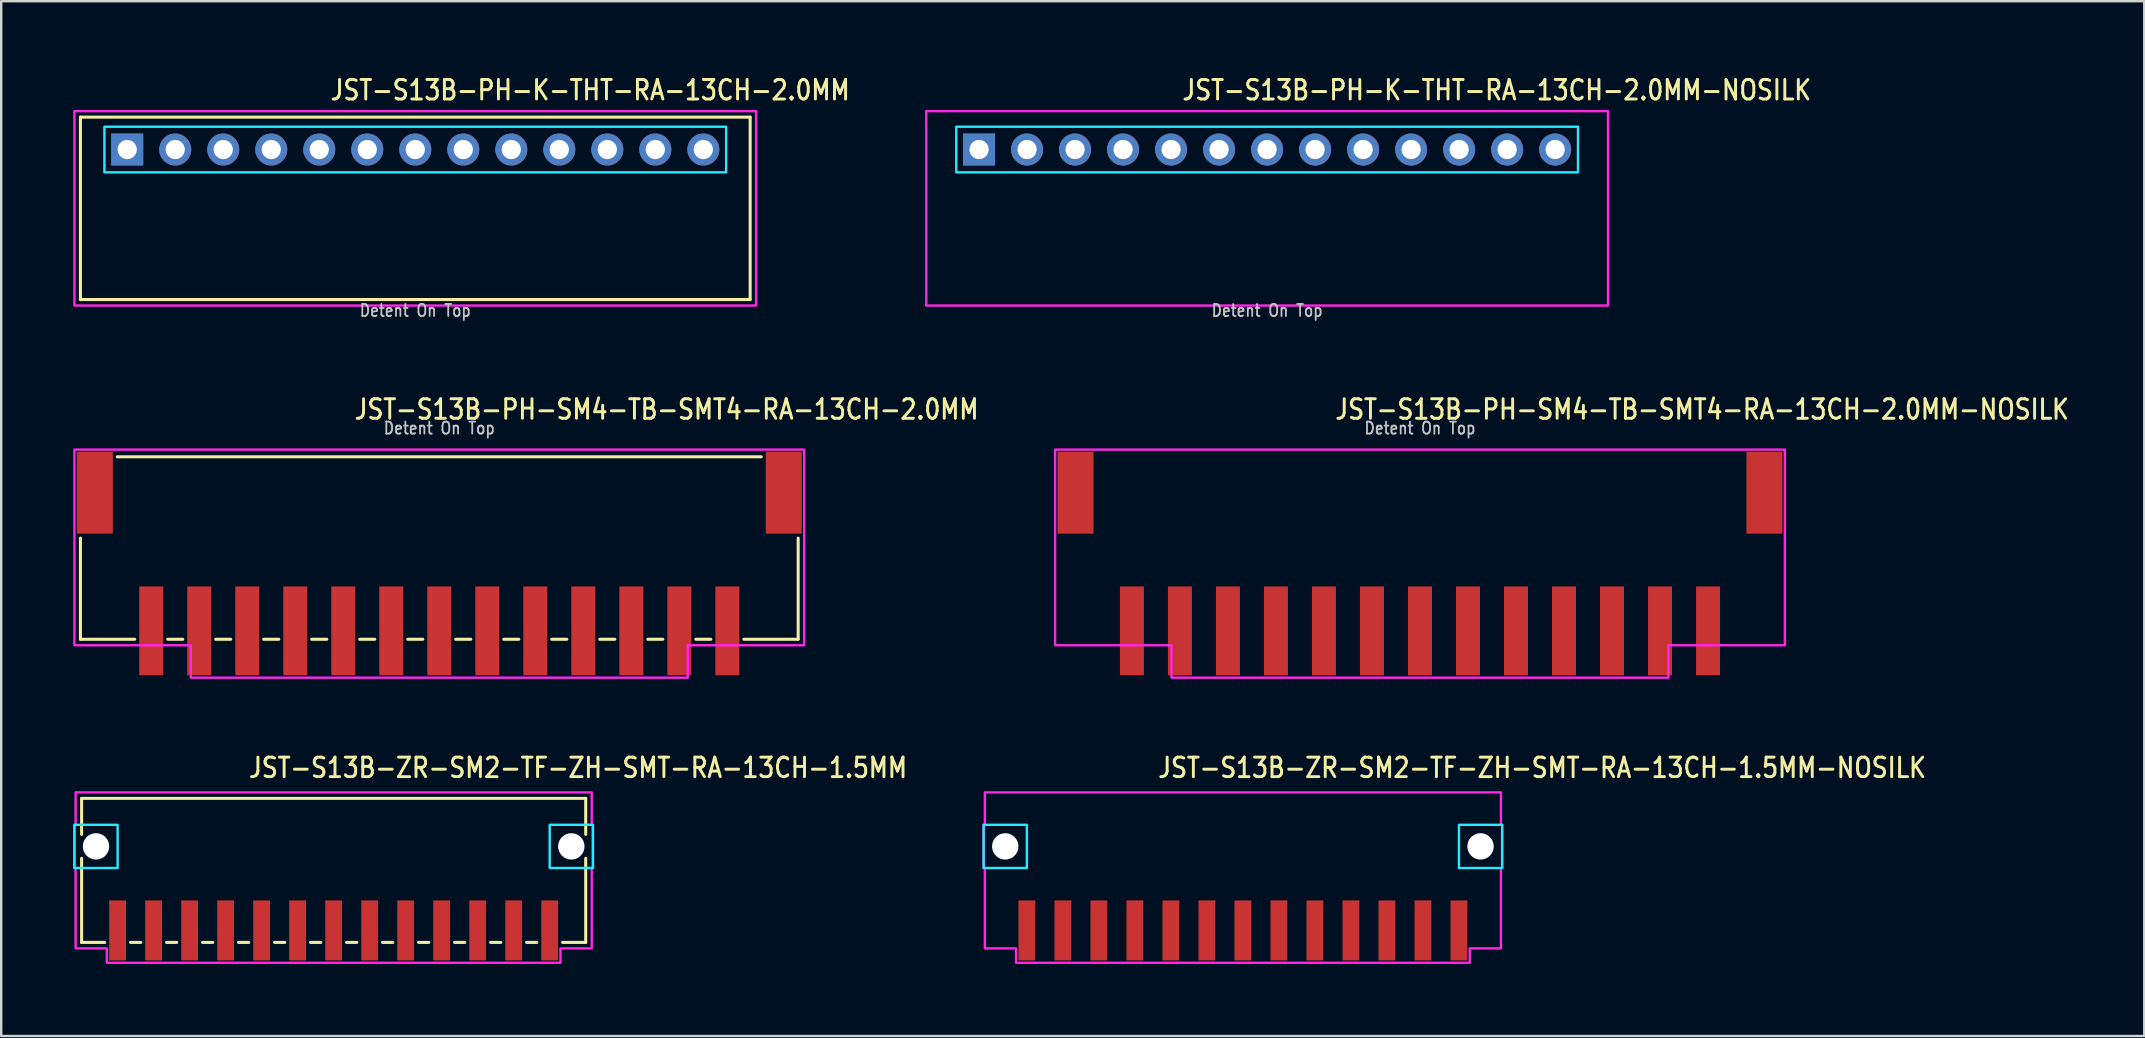
<source format=kicad_pcb>
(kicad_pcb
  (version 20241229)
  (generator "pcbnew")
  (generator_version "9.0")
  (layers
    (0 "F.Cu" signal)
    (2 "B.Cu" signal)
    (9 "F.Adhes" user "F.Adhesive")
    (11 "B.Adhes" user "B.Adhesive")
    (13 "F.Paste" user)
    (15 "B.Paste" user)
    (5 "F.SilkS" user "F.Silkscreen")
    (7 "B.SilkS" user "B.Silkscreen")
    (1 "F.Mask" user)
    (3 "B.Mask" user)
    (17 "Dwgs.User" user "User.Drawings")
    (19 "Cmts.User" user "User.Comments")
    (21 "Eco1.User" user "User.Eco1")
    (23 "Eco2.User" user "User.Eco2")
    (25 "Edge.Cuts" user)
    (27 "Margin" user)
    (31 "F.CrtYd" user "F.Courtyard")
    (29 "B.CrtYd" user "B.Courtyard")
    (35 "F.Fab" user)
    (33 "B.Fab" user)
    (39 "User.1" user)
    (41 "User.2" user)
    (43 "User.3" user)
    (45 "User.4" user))
  (footprint "JST-S13B-PH-SM4-TB-SMT4-RA-13CH-2.0MM"
    (layer "F.Cu")
    (at 15.25 17.48)
    (property "Reference" "JST-S13B-PH-SM4-TB-SMT4-RA-13CH-2.0MM" (at -3.6 -3 0) (unlocked yes) (layer "F.SilkS") (effects (font (size 0.813 0.695) (thickness 0.122)) (justify left bottom)))
    (fp_line (start -14.95 6.1) (end -14.95 1.887) (stroke (width 0.127) (type solid)) (layer "F.SilkS"))
    (fp_line (start -14.95 6.1) (end -12.687 6.1) (stroke (width 0.127) (type solid)) (layer "F.SilkS"))
    (fp_line (start -13.414 -1.5) (end 13.414 -1.5) (stroke (width 0.127) (type solid)) (layer "F.SilkS"))
    (fp_line (start -11.313 6.1) (end -10.687 6.1) (stroke (width 0.127) (type solid)) (layer "F.SilkS"))
    (fp_line (start -9.313 6.1) (end -8.687 6.1) (stroke (width 0.127) (type solid)) (layer "F.SilkS"))
    (fp_line (start -7.314 6.1) (end -6.686 6.1) (stroke (width 0.127) (type solid)) (layer "F.SilkS"))
    (fp_line (start -5.314 6.1) (end -4.686 6.1) (stroke (width 0.127) (type solid)) (layer "F.SilkS"))
    (fp_line (start -3.313 6.1) (end -2.687 6.1) (stroke (width 0.127) (type solid)) (layer "F.SilkS"))
    (fp_line (start -1.313 6.1) (end -0.686 6.1) (stroke (width 0.127) (type solid)) (layer "F.SilkS"))
    (fp_line (start 0.686 6.1) (end 1.313 6.1) (stroke (width 0.127) (type solid)) (layer "F.SilkS"))
    (fp_line (start 2.687 6.1) (end 3.313 6.1) (stroke (width 0.127) (type solid)) (layer "F.SilkS"))
    (fp_line (start 4.686 6.1) (end 5.314 6.1) (stroke (width 0.127) (type solid)) (layer "F.SilkS"))
    (fp_line (start 6.686 6.1) (end 7.314 6.1) (stroke (width 0.127) (type solid)) (layer "F.SilkS"))
    (fp_line (start 8.687 6.1) (end 9.313 6.1) (stroke (width 0.127) (type solid)) (layer "F.SilkS"))
    (fp_line (start 10.687 6.1) (end 11.313 6.1) (stroke (width 0.127) (type solid)) (layer "F.SilkS"))
    (fp_line (start 12.687 6.1) (end 14.95 6.1) (stroke (width 0.127) (type solid)) (layer "F.SilkS"))
    (fp_line (start 14.95 1.887) (end 14.95 6.1) (stroke (width 0.127) (type solid)) (layer "F.SilkS"))
    (fp_poly (pts (xy -15.2 -1.8) (xy -15.2 6.35) (xy -10.35 6.35) (xy -10.35 7.7) (xy 10.35 7.7) (xy 10.35 6.35) (xy 15.2 6.35) (xy 15.2 -1.8)) (stroke (width 0.1) (type solid)) (fill no) (layer "F.CrtYd"))
    (fp_text user "Detent On Top" (at 0 -2.4 0) (unlocked yes) (layer "Dwgs.User") (effects (font (size 0.5 0.427) (thickness 0.075)) (justify bottom)))
    (pad "1" smd rect (at 12 5.75) (size 1 3.7) (layers "F.Cu" "F.Mask" "F.Paste"))
    (pad "2" smd rect (at 10 5.75) (size 1 3.7) (layers "F.Cu" "F.Mask" "F.Paste"))
    (pad "3" smd rect (at 8 5.75) (size 1 3.7) (layers "F.Cu" "F.Mask" "F.Paste"))
    (pad "4" smd rect (at 6 5.75) (size 1 3.7) (layers "F.Cu" "F.Mask" "F.Paste"))
    (pad "5" smd rect (at 4 5.75) (size 1 3.7) (layers "F.Cu" "F.Mask" "F.Paste"))
    (pad "6" smd rect (at 2 5.75) (size 1 3.7) (layers "F.Cu" "F.Mask" "F.Paste"))
    (pad "7" smd rect (at 0 5.75) (size 1 3.7) (layers "F.Cu" "F.Mask" "F.Paste"))
    (pad "8" smd rect (at -2 5.75) (size 1 3.7) (layers "F.Cu" "F.Mask" "F.Paste"))
    (pad "9" smd rect (at -4 5.75) (size 1 3.7) (layers "F.Cu" "F.Mask" "F.Paste"))
    (pad "10" smd rect (at -6 5.75) (size 1 3.7) (layers "F.Cu" "F.Mask" "F.Paste"))
    (pad "11" smd rect (at -8 5.75) (size 1 3.7) (layers "F.Cu" "F.Mask" "F.Paste"))
    (pad "12" smd rect (at -10 5.75) (size 1 3.7) (layers "F.Cu" "F.Mask" "F.Paste"))
    (pad "13" smd rect (at -12 5.75) (size 1 3.7) (layers "F.Cu" "F.Mask" "F.Paste"))
    (pad "S_1" smd rect (at -14.35 0) (size 1.5 3.4) (layers "F.Cu" "F.Mask" "F.Paste"))
    (pad "S_2" smd rect (at 14.35 0) (size 1.5 3.4) (layers "F.Cu" "F.Mask" "F.Paste")))
  (footprint "JST-S13B-PH-K-THT-RA-13CH-2.0MM"
    (layer "F.Cu")
    (at 14.25 3.179)
    (property "Reference" "JST-S13B-PH-K-THT-RA-13CH-2.0MM" (at -3.6 -2 0) (unlocked yes) (layer "F.SilkS") (effects (font (size 0.813 0.695) (thickness 0.122)) (justify left bottom)))
    (fp_line (start -13.95 -1.35) (end 13.95 -1.35) (stroke (width 0.127) (type solid)) (layer "F.SilkS"))
    (fp_line (start -13.95 6.25) (end -13.95 -1.35) (stroke (width 0.127) (type solid)) (layer "F.SilkS"))
    (fp_line (start -13.95 6.25) (end 13.95 6.25) (stroke (width 0.127) (type solid)) (layer "F.SilkS"))
    (fp_line (start 13.95 -1.35) (end 13.95 6.25) (stroke (width 0.127) (type solid)) (layer "F.SilkS"))
    (fp_poly (pts (xy -12.95 -0.95) (xy -12.95 0.95) (xy 12.95 0.95) (xy 12.95 -0.95)) (stroke (width 0.1) (type solid)) (fill no) (layer "B.CrtYd"))
    (fp_poly (pts (xy -14.2 -1.6) (xy -14.2 6.5) (xy 14.2 6.5) (xy 14.2 -1.6)) (stroke (width 0.1) (type solid)) (fill no) (layer "F.CrtYd"))
    (fp_text user "Detent On Top" (at 0 7 0) (unlocked yes) (layer "Dwgs.User") (effects (font (size 0.5 0.427) (thickness 0.075)) (justify bottom)))
    (pad "1" thru_hole rect (at -12 0) (size 1.333 1.333) (drill 0.8) (layers "*.Cu" "*.Mask"))
    (pad "2" thru_hole oval (at -10 0) (size 1.333 1.333) (drill 0.8) (layers "*.Cu" "*.Mask"))
    (pad "3" thru_hole oval (at -8 0) (size 1.333 1.333) (drill 0.8) (layers "*.Cu" "*.Mask"))
    (pad "4" thru_hole oval (at -6 0) (size 1.333 1.333) (drill 0.8) (layers "*.Cu" "*.Mask"))
    (pad "5" thru_hole oval (at -4 0) (size 1.333 1.333) (drill 0.8) (layers "*.Cu" "*.Mask"))
    (pad "6" thru_hole oval (at -2 0) (size 1.333 1.333) (drill 0.8) (layers "*.Cu" "*.Mask"))
    (pad "7" thru_hole oval (at 0 0) (size 1.333 1.333) (drill 0.8) (layers "*.Cu" "*.Mask"))
    (pad "8" thru_hole oval (at 2 0) (size 1.333 1.333) (drill 0.8) (layers "*.Cu" "*.Mask"))
    (pad "9" thru_hole oval (at 4 0) (size 1.333 1.333) (drill 0.8) (layers "*.Cu" "*.Mask"))
    (pad "10" thru_hole oval (at 6 0) (size 1.333 1.333) (drill 0.8) (layers "*.Cu" "*.Mask"))
    (pad "11" thru_hole oval (at 8 0) (size 1.333 1.333) (drill 0.8) (layers "*.Cu" "*.Mask"))
    (pad "12" thru_hole oval (at 10 0) (size 1.333 1.333) (drill 0.8) (layers "*.Cu" "*.Mask"))
    (pad "13" thru_hole oval (at 12 0) (size 1.333 1.333) (drill 0.8) (layers "*.Cu" "*.Mask")))
  (footprint "JST-S13B-ZR-SM2-TF-ZH-SMT-RA-13CH-1.5MM"
    (layer "F.Cu")
    (at 10.85 32.209)
    (property "Reference" "JST-S13B-ZR-SM2-TF-ZH-SMT-RA-13CH-1.5MM" (at -3.6 -2.8 0) (unlocked yes) (layer "F.SilkS") (effects (font (size 0.813 0.695) (thickness 0.122)) (justify left bottom)))
    (fp_line (start -10.5 -2) (end -10.5 -0.5) (stroke (width 0.127) (type solid)) (layer "F.SilkS"))
    (fp_line (start -10.5 -2) (end 10.5 -2) (stroke (width 0.127) (type solid)) (layer "F.SilkS"))
    (fp_line (start -10.5 4) (end -10.5 0.5) (stroke (width 0.127) (type solid)) (layer "F.SilkS"))
    (fp_line (start -10.5 4) (end -9.537 4) (stroke (width 0.127) (type solid)) (layer "F.SilkS"))
    (fp_line (start -8.463 4) (end -8.037 4) (stroke (width 0.127) (type solid)) (layer "F.SilkS"))
    (fp_line (start -6.963 4) (end -6.537 4) (stroke (width 0.127) (type solid)) (layer "F.SilkS"))
    (fp_line (start -5.463 4) (end -5.037 4) (stroke (width 0.127) (type solid)) (layer "F.SilkS"))
    (fp_line (start -3.963 4) (end -3.537 4) (stroke (width 0.127) (type solid)) (layer "F.SilkS"))
    (fp_line (start -2.463 4) (end -2.037 4) (stroke (width 0.127) (type solid)) (layer "F.SilkS"))
    (fp_line (start -0.964 4) (end -0.536 4) (stroke (width 0.127) (type solid)) (layer "F.SilkS"))
    (fp_line (start 0.536 4) (end 0.964 4) (stroke (width 0.127) (type solid)) (layer "F.SilkS"))
    (fp_line (start 2.037 4) (end 2.463 4) (stroke (width 0.127) (type solid)) (layer "F.SilkS"))
    (fp_line (start 3.537 4) (end 3.963 4) (stroke (width 0.127) (type solid)) (layer "F.SilkS"))
    (fp_line (start 5.037 4) (end 5.463 4) (stroke (width 0.127) (type solid)) (layer "F.SilkS"))
    (fp_line (start 6.537 4) (end 6.963 4) (stroke (width 0.127) (type solid)) (layer "F.SilkS"))
    (fp_line (start 8.037 4) (end 8.463 4) (stroke (width 0.127) (type solid)) (layer "F.SilkS"))
    (fp_line (start 9.537 4) (end 10.5 4) (stroke (width 0.127) (type solid)) (layer "F.SilkS"))
    (fp_line (start 10.5 -0.5) (end 10.5 -2) (stroke (width 0.127) (type solid)) (layer "F.SilkS"))
    (fp_line (start 10.5 0.5) (end 10.5 4) (stroke (width 0.127) (type solid)) (layer "F.SilkS"))
    (fp_poly (pts (xy -10.8 -0.9) (xy -10.8 0.9) (xy -9 0.9) (xy -9 -0.9)) (stroke (width 0.1) (type solid)) (fill no) (layer "B.CrtYd"))
    (fp_poly (pts (xy 10.8 -0.9) (xy 10.8 0.9) (xy 9 0.9) (xy 9 -0.9)) (stroke (width 0.1) (type solid)) (fill no) (layer "B.CrtYd"))
    (fp_poly (pts (xy -10.75 -2.25) (xy -10.75 -0.9) (xy -10.8 -0.9) (xy -10.8 0.9) (xy -10.75 0.9) (xy -10.75 4.25) (xy -9.45 4.25) (xy -9.45 4.85) (xy 9.45 4.85) (xy 9.45 4.25) (xy 10.75 4.25) (xy 10.75 0.9) (xy 10.8 0.9) (xy 10.8 -0.9) (xy 10.75 -0.9) (xy 10.75 -2.25)) (stroke (width 0.1) (type solid)) (fill no) (layer "F.CrtYd"))
    (pad "" np_thru_hole circle (at -9.9 0) (size 1.1 1.1) (drill 1.1) (layers "*.Cu" "*.Mask"))
    (pad "" np_thru_hole circle (at 9.9 0) (size 1.1 1.1) (drill 1.1) (layers "*.Cu" "*.Mask"))
    (pad "1" smd rect (at 9 3.5) (size 0.7 2.5) (layers "F.Cu" "F.Mask" "F.Paste"))
    (pad "2" smd rect (at 7.5 3.5) (size 0.7 2.5) (layers "F.Cu" "F.Mask" "F.Paste"))
    (pad "3" smd rect (at 6 3.5) (size 0.7 2.5) (layers "F.Cu" "F.Mask" "F.Paste"))
    (pad "4" smd rect (at 4.5 3.5) (size 0.7 2.5) (layers "F.Cu" "F.Mask" "F.Paste"))
    (pad "5" smd rect (at 3 3.5) (size 0.7 2.5) (layers "F.Cu" "F.Mask" "F.Paste"))
    (pad "6" smd rect (at 1.5 3.5) (size 0.7 2.5) (layers "F.Cu" "F.Mask" "F.Paste"))
    (pad "7" smd rect (at 0 3.5) (size 0.7 2.5) (layers "F.Cu" "F.Mask" "F.Paste"))
    (pad "8" smd rect (at -1.5 3.5) (size 0.7 2.5) (layers "F.Cu" "F.Mask" "F.Paste"))
    (pad "9" smd rect (at -3 3.5) (size 0.7 2.5) (layers "F.Cu" "F.Mask" "F.Paste"))
    (pad "10" smd rect (at -4.5 3.5) (size 0.7 2.5) (layers "F.Cu" "F.Mask" "F.Paste"))
    (pad "11" smd rect (at -6 3.5) (size 0.7 2.5) (layers "F.Cu" "F.Mask" "F.Paste"))
    (pad "12" smd rect (at -7.5 3.5) (size 0.7 2.5) (layers "F.Cu" "F.Mask" "F.Paste"))
    (pad "13" smd rect (at -9 3.5) (size 0.7 2.5) (layers "F.Cu" "F.Mask" "F.Paste")))
  (footprint "JST-S13B-PH-SM4-TB-SMT4-RA-13CH-2.0MM-NOSILK"
    (layer "F.Cu")
    (at 56.104 17.48)
    (property "Reference" "JST-S13B-PH-SM4-TB-SMT4-RA-13CH-2.0MM-NOSILK" (at -3.6 -3 0) (unlocked yes) (layer "F.SilkS") (effects (font (size 0.813 0.695) (thickness 0.122)) (justify left bottom)))
    (fp_poly (pts (xy -15.2 -1.8) (xy -15.2 6.35) (xy -10.35 6.35) (xy -10.35 7.7) (xy 10.35 7.7) (xy 10.35 6.35) (xy 15.2 6.35) (xy 15.2 -1.8)) (stroke (width 0.1) (type solid)) (fill no) (layer "F.CrtYd"))
    (fp_text user "Detent On Top" (at 0 -2.4 0) (unlocked yes) (layer "Dwgs.User") (effects (font (size 0.5 0.427) (thickness 0.075)) (justify bottom)))
    (pad "1" smd rect (at 12 5.75) (size 1 3.7) (layers "F.Cu" "F.Mask" "F.Paste"))
    (pad "2" smd rect (at 10 5.75) (size 1 3.7) (layers "F.Cu" "F.Mask" "F.Paste"))
    (pad "3" smd rect (at 8 5.75) (size 1 3.7) (layers "F.Cu" "F.Mask" "F.Paste"))
    (pad "4" smd rect (at 6 5.75) (size 1 3.7) (layers "F.Cu" "F.Mask" "F.Paste"))
    (pad "5" smd rect (at 4 5.75) (size 1 3.7) (layers "F.Cu" "F.Mask" "F.Paste"))
    (pad "6" smd rect (at 2 5.75) (size 1 3.7) (layers "F.Cu" "F.Mask" "F.Paste"))
    (pad "7" smd rect (at 0 5.75) (size 1 3.7) (layers "F.Cu" "F.Mask" "F.Paste"))
    (pad "8" smd rect (at -2 5.75) (size 1 3.7) (layers "F.Cu" "F.Mask" "F.Paste"))
    (pad "9" smd rect (at -4 5.75) (size 1 3.7) (layers "F.Cu" "F.Mask" "F.Paste"))
    (pad "10" smd rect (at -6 5.75) (size 1 3.7) (layers "F.Cu" "F.Mask" "F.Paste"))
    (pad "11" smd rect (at -8 5.75) (size 1 3.7) (layers "F.Cu" "F.Mask" "F.Paste"))
    (pad "12" smd rect (at -10 5.75) (size 1 3.7) (layers "F.Cu" "F.Mask" "F.Paste"))
    (pad "13" smd rect (at -12 5.75) (size 1 3.7) (layers "F.Cu" "F.Mask" "F.Paste"))
    (pad "S_1" smd rect (at -14.35 0) (size 1.5 3.4) (layers "F.Cu" "F.Mask" "F.Paste"))
    (pad "S_2" smd rect (at 14.35 0) (size 1.5 3.4) (layers "F.Cu" "F.Mask" "F.Paste")))
  (footprint "JST-S13B-PH-K-THT-RA-13CH-2.0MM-NOSILK"
    (layer "F.Cu")
    (at 49.736 3.179)
    (property "Reference" "JST-S13B-PH-K-THT-RA-13CH-2.0MM-NOSILK" (at -3.6 -2 0) (unlocked yes) (layer "F.SilkS") (effects (font (size 0.813 0.695) (thickness 0.122)) (justify left bottom)))
    (fp_poly (pts (xy -12.95 -0.95) (xy -12.95 0.95) (xy 12.95 0.95) (xy 12.95 -0.95)) (stroke (width 0.1) (type solid)) (fill no) (layer "B.CrtYd"))
    (fp_poly (pts (xy -14.2 -1.6) (xy -14.2 6.5) (xy 14.2 6.5) (xy 14.2 -1.6)) (stroke (width 0.1) (type solid)) (fill no) (layer "F.CrtYd"))
    (fp_text user "Detent On Top" (at 0 7 0) (unlocked yes) (layer "Dwgs.User") (effects (font (size 0.5 0.427) (thickness 0.075)) (justify bottom)))
    (pad "1" thru_hole rect (at -12 0) (size 1.333 1.333) (drill 0.8) (layers "*.Cu" "*.Mask"))
    (pad "2" thru_hole oval (at -10 0) (size 1.333 1.333) (drill 0.8) (layers "*.Cu" "*.Mask"))
    (pad "3" thru_hole oval (at -8 0) (size 1.333 1.333) (drill 0.8) (layers "*.Cu" "*.Mask"))
    (pad "4" thru_hole oval (at -6 0) (size 1.333 1.333) (drill 0.8) (layers "*.Cu" "*.Mask"))
    (pad "5" thru_hole oval (at -4 0) (size 1.333 1.333) (drill 0.8) (layers "*.Cu" "*.Mask"))
    (pad "6" thru_hole oval (at -2 0) (size 1.333 1.333) (drill 0.8) (layers "*.Cu" "*.Mask"))
    (pad "7" thru_hole oval (at 0 0) (size 1.333 1.333) (drill 0.8) (layers "*.Cu" "*.Mask"))
    (pad "8" thru_hole oval (at 2 0) (size 1.333 1.333) (drill 0.8) (layers "*.Cu" "*.Mask"))
    (pad "9" thru_hole oval (at 4 0) (size 1.333 1.333) (drill 0.8) (layers "*.Cu" "*.Mask"))
    (pad "10" thru_hole oval (at 6 0) (size 1.333 1.333) (drill 0.8) (layers "*.Cu" "*.Mask"))
    (pad "11" thru_hole oval (at 8 0) (size 1.333 1.333) (drill 0.8) (layers "*.Cu" "*.Mask"))
    (pad "12" thru_hole oval (at 10 0) (size 1.333 1.333) (drill 0.8) (layers "*.Cu" "*.Mask"))
    (pad "13" thru_hole oval (at 12 0) (size 1.333 1.333) (drill 0.8) (layers "*.Cu" "*.Mask")))
  (footprint "JST-S13B-ZR-SM2-TF-ZH-SMT-RA-13CH-1.5MM-NOSILK"
    (layer "F.Cu")
    (at 48.727 32.209)
    (property "Reference" "JST-S13B-ZR-SM2-TF-ZH-SMT-RA-13CH-1.5MM-NOSILK" (at -3.6 -2.8 0) (unlocked yes) (layer "F.SilkS") (effects (font (size 0.813 0.695) (thickness 0.122)) (justify left bottom)))
    (fp_poly (pts (xy -10.8 -0.9) (xy -10.8 0.9) (xy -9 0.9) (xy -9 -0.9)) (stroke (width 0.1) (type solid)) (fill no) (layer "B.CrtYd"))
    (fp_poly (pts (xy 10.8 -0.9) (xy 10.8 0.9) (xy 9 0.9) (xy 9 -0.9)) (stroke (width 0.1) (type solid)) (fill no) (layer "B.CrtYd"))
    (fp_poly (pts (xy -10.75 -2.25) (xy -10.75 -0.9) (xy -10.8 -0.9) (xy -10.8 0.9) (xy -10.75 0.9) (xy -10.75 4.25) (xy -9.45 4.25) (xy -9.45 4.85) (xy 9.45 4.85) (xy 9.45 4.25) (xy 10.75 4.25) (xy 10.75 0.9) (xy 10.8 0.9) (xy 10.8 -0.9) (xy 10.75 -0.9) (xy 10.75 -2.25)) (stroke (width 0.1) (type solid)) (fill no) (layer "F.CrtYd"))
    (pad "" np_thru_hole circle (at -9.9 0) (size 1.1 1.1) (drill 1.1) (layers "*.Cu" "*.Mask"))
    (pad "" np_thru_hole circle (at 9.9 0) (size 1.1 1.1) (drill 1.1) (layers "*.Cu" "*.Mask"))
    (pad "1" smd rect (at 9 3.5) (size 0.7 2.5) (layers "F.Cu" "F.Mask" "F.Paste"))
    (pad "2" smd rect (at 7.5 3.5) (size 0.7 2.5) (layers "F.Cu" "F.Mask" "F.Paste"))
    (pad "3" smd rect (at 6 3.5) (size 0.7 2.5) (layers "F.Cu" "F.Mask" "F.Paste"))
    (pad "4" smd rect (at 4.5 3.5) (size 0.7 2.5) (layers "F.Cu" "F.Mask" "F.Paste"))
    (pad "5" smd rect (at 3 3.5) (size 0.7 2.5) (layers "F.Cu" "F.Mask" "F.Paste"))
    (pad "6" smd rect (at 1.5 3.5) (size 0.7 2.5) (layers "F.Cu" "F.Mask" "F.Paste"))
    (pad "7" smd rect (at 0 3.5) (size 0.7 2.5) (layers "F.Cu" "F.Mask" "F.Paste"))
    (pad "8" smd rect (at -1.5 3.5) (size 0.7 2.5) (layers "F.Cu" "F.Mask" "F.Paste"))
    (pad "9" smd rect (at -3 3.5) (size 0.7 2.5) (layers "F.Cu" "F.Mask" "F.Paste"))
    (pad "10" smd rect (at -4.5 3.5) (size 0.7 2.5) (layers "F.Cu" "F.Mask" "F.Paste"))
    (pad "11" smd rect (at -6 3.5) (size 0.7 2.5) (layers "F.Cu" "F.Mask" "F.Paste"))
    (pad "12" smd rect (at -7.5 3.5) (size 0.7 2.5) (layers "F.Cu" "F.Mask" "F.Paste"))
    (pad "13" smd rect (at -9 3.5) (size 0.7 2.5) (layers "F.Cu" "F.Mask" "F.Paste")))
  (gr_rect
    (start -3 -3)
    (end 86.276 40.109)
    (stroke (width 0.1) (type default))
    (fill no)
    (layer "Edge.Cuts")))
</source>
